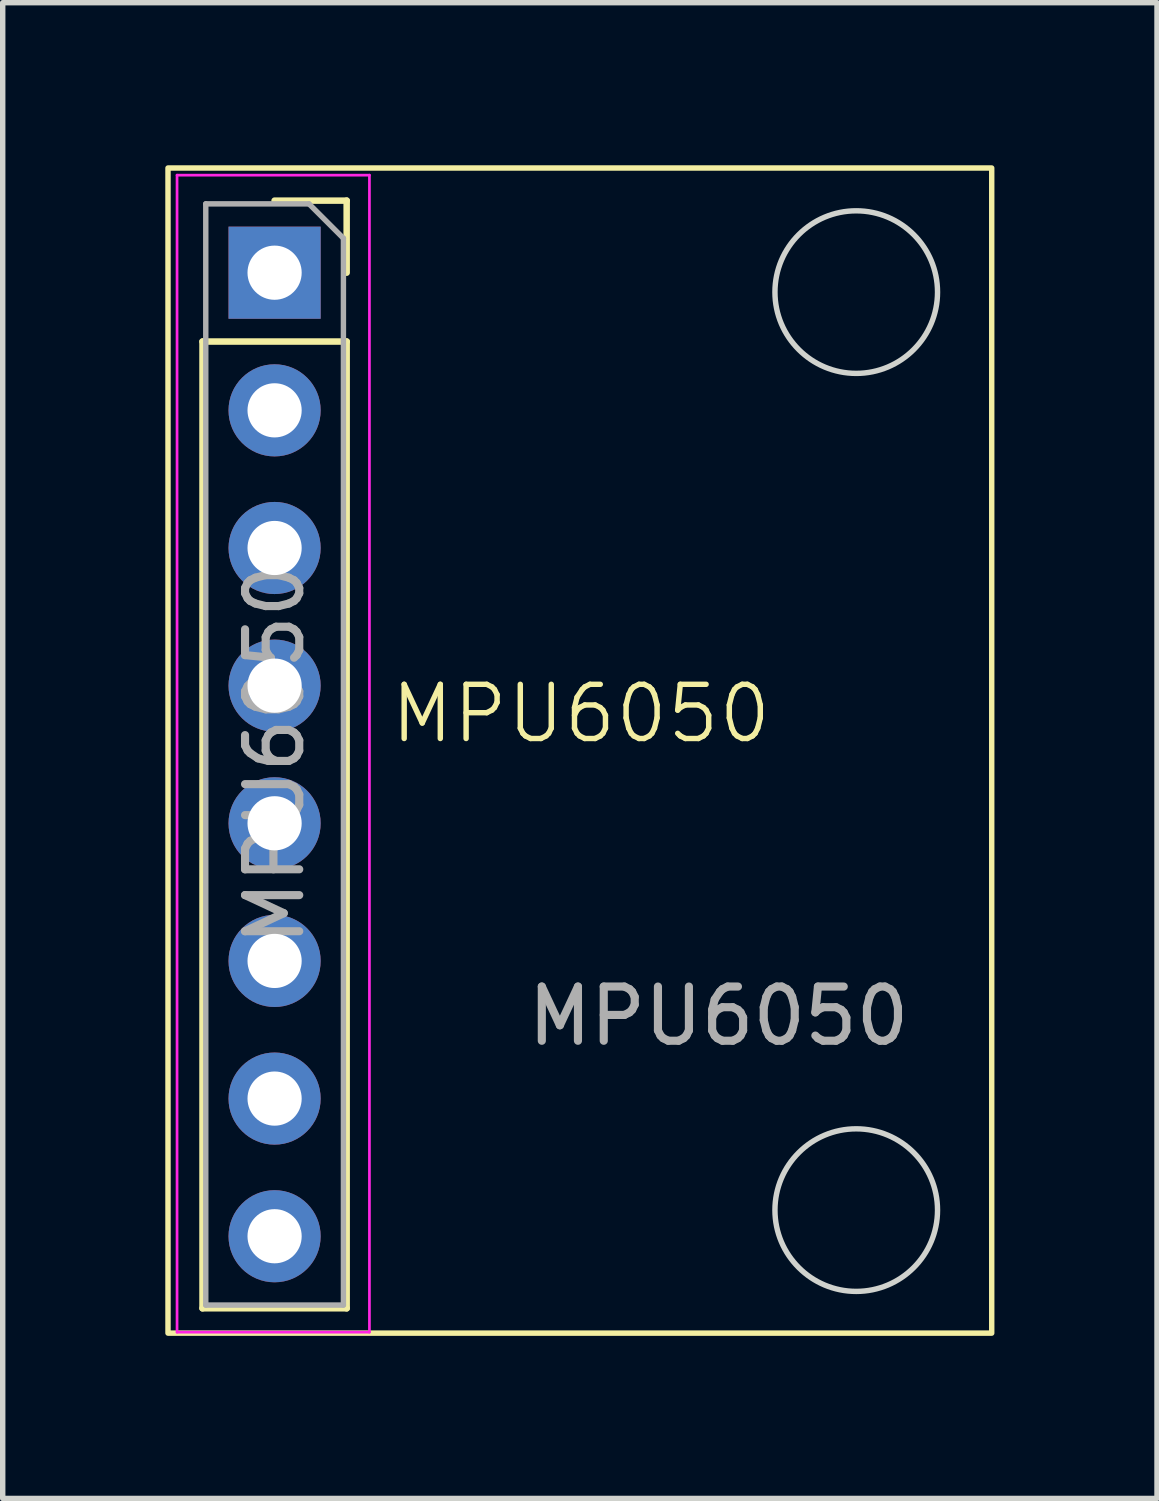
<source format=kicad_pcb>
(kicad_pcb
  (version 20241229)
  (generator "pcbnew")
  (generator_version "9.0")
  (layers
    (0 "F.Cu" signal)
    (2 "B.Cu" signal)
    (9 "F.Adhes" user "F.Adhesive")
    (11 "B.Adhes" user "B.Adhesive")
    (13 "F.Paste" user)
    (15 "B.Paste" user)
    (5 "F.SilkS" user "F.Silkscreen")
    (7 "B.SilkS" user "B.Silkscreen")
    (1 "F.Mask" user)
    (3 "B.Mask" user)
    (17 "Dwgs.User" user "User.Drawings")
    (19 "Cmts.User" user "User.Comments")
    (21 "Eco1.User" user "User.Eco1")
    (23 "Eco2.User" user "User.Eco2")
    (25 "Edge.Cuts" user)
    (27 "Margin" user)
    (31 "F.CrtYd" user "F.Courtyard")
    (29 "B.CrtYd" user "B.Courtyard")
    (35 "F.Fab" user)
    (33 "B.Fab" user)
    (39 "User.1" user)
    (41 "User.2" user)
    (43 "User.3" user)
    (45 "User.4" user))
  (footprint "MPU6050"
    (layer "F.Cu")
    (at 7.67 10.62)
    (property "Reference" "MPU6050" (at 0 -0.5 0) (unlocked yes) (layer "F.SilkS") (effects (font (size 1 1) (thickness 0.1))))
    (attr through_hole)
    (fp_line (start -6.983 -7.368) (end -6.983 10.472) (stroke (width 0.12) (type solid)) (layer "F.SilkS"))
    (fp_line (start -6.983 -7.368) (end -4.323 -7.368) (stroke (width 0.12) (type solid)) (layer "F.SilkS"))
    (fp_line (start -6.983 10.472) (end -4.323 10.472) (stroke (width 0.12) (type solid)) (layer "F.SilkS"))
    (fp_line (start -5.653 -9.968) (end -4.323 -9.968) (stroke (width 0.12) (type solid)) (layer "F.SilkS"))
    (fp_line (start -4.323 -9.968) (end -4.323 -8.638) (stroke (width 0.12) (type solid)) (layer "F.SilkS"))
    (fp_line (start -4.323 -7.368) (end -4.323 10.472) (stroke (width 0.12) (type solid)) (layer "F.SilkS"))
    (fp_rect (start -7.62 -10.57) (end 7.58 10.93) (stroke (width 0.1) (type default)) (fill no) (layer "F.SilkS"))
    (fp_circle (center 5.08 -8.28) (end 6.58 -8.28) (stroke (width 0.1) (type default)) (fill no) (layer "Edge.Cuts"))
    (fp_circle (center 5.08 8.66) (end 6.58 8.66) (stroke (width 0.1) (type default)) (fill no) (layer "Edge.Cuts"))
    (fp_line (start -7.453 -10.438) (end -3.903 -10.438) (stroke (width 0.05) (type solid)) (layer "F.CrtYd"))
    (fp_line (start -7.453 10.912) (end -7.453 -10.438) (stroke (width 0.05) (type solid)) (layer "F.CrtYd"))
    (fp_line (start -3.903 -10.438) (end -3.903 10.912) (stroke (width 0.05) (type solid)) (layer "F.CrtYd"))
    (fp_line (start -3.903 10.912) (end -7.453 10.912) (stroke (width 0.05) (type solid)) (layer "F.CrtYd"))
    (fp_line (start -6.923 -9.908) (end -5.018 -9.908) (stroke (width 0.1) (type solid)) (layer "F.Fab"))
    (fp_line (start -6.923 10.412) (end -6.923 -9.908) (stroke (width 0.1) (type solid)) (layer "F.Fab"))
    (fp_line (start -5.018 -9.908) (end -4.383 -9.273) (stroke (width 0.1) (type solid)) (layer "F.Fab"))
    (fp_line (start -4.383 -9.273) (end -4.383 10.412) (stroke (width 0.1) (type solid)) (layer "F.Fab"))
    (fp_line (start -4.383 10.412) (end -6.923 10.412) (stroke (width 0.1) (type solid)) (layer "F.Fab"))
    (fp_text user "${REFERENCE}" (at 2.54 5.08 0) (unlocked yes) (layer "F.Fab") (effects (font (size 1 1) (thickness 0.15))))
    (fp_text user "${REFERENCE}" (at -5.653 0.252 90) (layer "F.Fab") (effects (font (size 1 1) (thickness 0.15))))
    (pad "1" thru_hole rect (at -5.653 -8.638) (size 1.7 1.7) (drill 1) (layers "*.Cu" "*.Mask"))
    (pad "2" thru_hole oval (at -5.653 -6.098) (size 1.7 1.7) (drill 1) (layers "*.Cu" "*.Mask"))
    (pad "3" thru_hole oval (at -5.653 -3.558) (size 1.7 1.7) (drill 1) (layers "*.Cu" "*.Mask"))
    (pad "4" thru_hole oval (at -5.653 -1.018) (size 1.7 1.7) (drill 1) (layers "*.Cu" "*.Mask"))
    (pad "5" thru_hole oval (at -5.653 1.522) (size 1.7 1.7) (drill 1) (layers "*.Cu" "*.Mask"))
    (pad "6" thru_hole oval (at -5.653 4.062) (size 1.7 1.7) (drill 1) (layers "*.Cu" "*.Mask"))
    (pad "7" thru_hole oval (at -5.653 6.602) (size 1.7 1.7) (drill 1) (layers "*.Cu" "*.Mask"))
    (pad "8" thru_hole oval (at -5.653 9.142) (size 1.7 1.7) (drill 1) (layers "*.Cu" "*.Mask")))
  (gr_rect
    (start -3 -3)
    (end 18.3 24.6)
    (stroke (width 0.1) (type default))
    (fill no)
    (layer "Edge.Cuts")))
</source>
